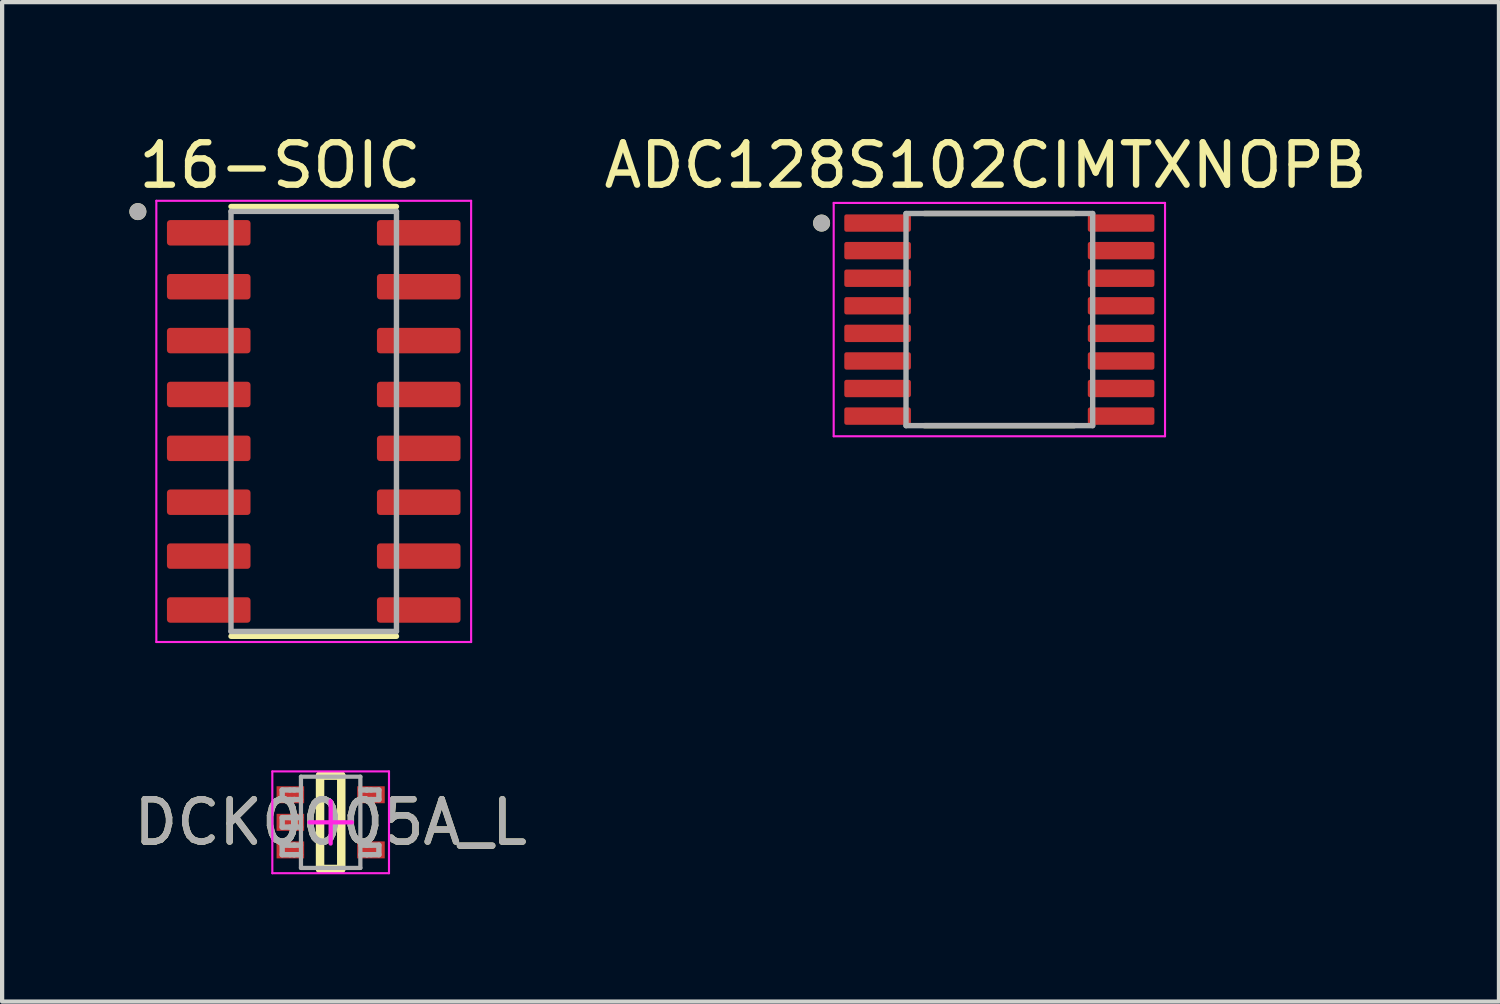
<source format=kicad_pcb>
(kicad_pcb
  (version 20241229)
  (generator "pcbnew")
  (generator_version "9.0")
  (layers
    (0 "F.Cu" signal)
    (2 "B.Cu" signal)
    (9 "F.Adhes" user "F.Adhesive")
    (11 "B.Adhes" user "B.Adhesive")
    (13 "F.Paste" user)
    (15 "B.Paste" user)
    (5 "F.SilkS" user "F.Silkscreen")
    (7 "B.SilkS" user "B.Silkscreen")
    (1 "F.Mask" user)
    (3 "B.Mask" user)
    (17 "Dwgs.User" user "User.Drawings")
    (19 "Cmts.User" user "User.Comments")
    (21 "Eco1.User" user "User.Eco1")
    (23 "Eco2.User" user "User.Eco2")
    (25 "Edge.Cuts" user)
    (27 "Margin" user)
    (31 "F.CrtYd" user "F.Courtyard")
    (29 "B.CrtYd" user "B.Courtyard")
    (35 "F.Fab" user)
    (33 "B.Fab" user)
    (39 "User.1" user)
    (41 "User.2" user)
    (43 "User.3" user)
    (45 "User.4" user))
  (footprint "16-SOIC"
    (layer "F.Cu")
    (at 4.345 6.883)
    (property "Reference" "16-SOIC" (at -0.795 -6.035 0) (layer "F.SilkS") (effects (font (size 1 1) (thickness 0.15))))
    (attr smd)
    (fp_line (start -1.95 -5.065) (end 1.95 -5.065) (stroke (width 0.127) (type solid)) (layer "F.SilkS"))
    (fp_line (start -1.95 5.065) (end 1.95 5.065) (stroke (width 0.127) (type solid)) (layer "F.SilkS"))
    (fp_circle (center -4.145 -4.945) (end -4.045 -4.945) (stroke (width 0.2) (type solid)) (fill no) (layer "F.SilkS"))
    (fp_line (start -3.71 -5.2) (end -3.71 5.2) (stroke (width 0.05) (type solid)) (layer "F.CrtYd"))
    (fp_line (start -3.71 -5.2) (end 3.71 -5.2) (stroke (width 0.05) (type solid)) (layer "F.CrtYd"))
    (fp_line (start -3.71 5.2) (end 3.71 5.2) (stroke (width 0.05) (type solid)) (layer "F.CrtYd"))
    (fp_line (start 3.71 -5.2) (end 3.71 5.2) (stroke (width 0.05) (type solid)) (layer "F.CrtYd"))
    (fp_line (start -1.95 -4.95) (end -1.95 4.95) (stroke (width 0.127) (type solid)) (layer "F.Fab"))
    (fp_line (start -1.95 -4.95) (end 1.95 -4.95) (stroke (width 0.127) (type solid)) (layer "F.Fab"))
    (fp_line (start -1.95 4.95) (end 1.95 4.95) (stroke (width 0.127) (type solid)) (layer "F.Fab"))
    (fp_line (start 1.95 -4.95) (end 1.95 4.95) (stroke (width 0.127) (type solid)) (layer "F.Fab"))
    (fp_circle (center -4.145 -4.945) (end -4.045 -4.945) (stroke (width 0.2) (type solid)) (fill no) (layer "F.Fab"))
    (pad "1" smd roundrect (at -2.475 -4.445) (size 1.97 0.6) (layers "F.Cu" "F.Mask" "F.Paste") (roundrect_rratio 0.125))
    (pad "2" smd roundrect (at -2.475 -3.175) (size 1.97 0.6) (layers "F.Cu" "F.Mask" "F.Paste") (roundrect_rratio 0.125))
    (pad "3" smd roundrect (at -2.475 -1.905) (size 1.97 0.6) (layers "F.Cu" "F.Mask" "F.Paste") (roundrect_rratio 0.125))
    (pad "4" smd roundrect (at -2.475 -0.635) (size 1.97 0.6) (layers "F.Cu" "F.Mask" "F.Paste") (roundrect_rratio 0.125))
    (pad "5" smd roundrect (at -2.475 0.635) (size 1.97 0.6) (layers "F.Cu" "F.Mask" "F.Paste") (roundrect_rratio 0.125))
    (pad "6" smd roundrect (at -2.475 1.905) (size 1.97 0.6) (layers "F.Cu" "F.Mask" "F.Paste") (roundrect_rratio 0.125))
    (pad "7" smd roundrect (at -2.475 3.175) (size 1.97 0.6) (layers "F.Cu" "F.Mask" "F.Paste") (roundrect_rratio 0.125))
    (pad "8" smd roundrect (at -2.475 4.445) (size 1.97 0.6) (layers "F.Cu" "F.Mask" "F.Paste") (roundrect_rratio 0.125))
    (pad "9" smd roundrect (at 2.475 4.445) (size 1.97 0.6) (layers "F.Cu" "F.Mask" "F.Paste") (roundrect_rratio 0.125))
    (pad "10" smd roundrect (at 2.475 3.175) (size 1.97 0.6) (layers "F.Cu" "F.Mask" "F.Paste") (roundrect_rratio 0.125))
    (pad "11" smd roundrect (at 2.475 1.905) (size 1.97 0.6) (layers "F.Cu" "F.Mask" "F.Paste") (roundrect_rratio 0.125))
    (pad "12" smd roundrect (at 2.475 0.635) (size 1.97 0.6) (layers "F.Cu" "F.Mask" "F.Paste") (roundrect_rratio 0.125))
    (pad "13" smd roundrect (at 2.475 -0.635) (size 1.97 0.6) (layers "F.Cu" "F.Mask" "F.Paste") (roundrect_rratio 0.125))
    (pad "14" smd roundrect (at 2.475 -1.905) (size 1.97 0.6) (layers "F.Cu" "F.Mask" "F.Paste") (roundrect_rratio 0.125))
    (pad "15" smd roundrect (at 2.475 -3.175) (size 1.97 0.6) (layers "F.Cu" "F.Mask" "F.Paste") (roundrect_rratio 0.125))
    (pad "16" smd roundrect (at 2.475 -4.445) (size 1.97 0.6) (layers "F.Cu" "F.Mask" "F.Paste") (roundrect_rratio 0.125)))
  (footprint "ADC128S102CIMTXNOPB"
    (layer "F.Cu")
    (at 20.506 4.483)
    (property "Reference" "ADC128S102CIMTXNOPB" (at -0.325 -3.635 0) (layer "F.SilkS") (effects (font (size 1 1) (thickness 0.15))))
    (attr smd)
    (fp_line (start -1.765 -2.5) (end 1.765 -2.5) (stroke (width 0.127) (type solid)) (layer "F.SilkS"))
    (fp_line (start 1.765 2.5) (end -1.765 2.5) (stroke (width 0.127) (type solid)) (layer "F.SilkS"))
    (fp_circle (center -4.19 -2.275) (end -4.09 -2.275) (stroke (width 0.2) (type solid)) (fill no) (layer "F.SilkS"))
    (fp_line (start -3.905 -2.75) (end -3.905 2.75) (stroke (width 0.05) (type solid)) (layer "F.CrtYd"))
    (fp_line (start -3.905 -2.75) (end 3.905 -2.75) (stroke (width 0.05) (type solid)) (layer "F.CrtYd"))
    (fp_line (start -3.905 2.75) (end 3.905 2.75) (stroke (width 0.05) (type solid)) (layer "F.CrtYd"))
    (fp_line (start 3.905 -2.75) (end 3.905 2.75) (stroke (width 0.05) (type solid)) (layer "F.CrtYd"))
    (fp_line (start -2.2 -2.5) (end -2.2 2.5) (stroke (width 0.127) (type solid)) (layer "F.Fab"))
    (fp_line (start -2.2 -2.5) (end 2.2 -2.5) (stroke (width 0.127) (type solid)) (layer "F.Fab"))
    (fp_line (start -2.2 2.5) (end 2.2 2.5) (stroke (width 0.127) (type solid)) (layer "F.Fab"))
    (fp_line (start 2.2 -2.5) (end 2.2 2.5) (stroke (width 0.127) (type solid)) (layer "F.Fab"))
    (fp_circle (center -4.19 -2.275) (end -4.09 -2.275) (stroke (width 0.2) (type solid)) (fill no) (layer "F.Fab"))
    (pad "1" smd roundrect (at -2.87 -2.275) (size 1.57 0.41) (layers "F.Cu" "F.Mask" "F.Paste") (roundrect_rratio 0.125))
    (pad "2" smd roundrect (at -2.87 -1.625) (size 1.57 0.41) (layers "F.Cu" "F.Mask" "F.Paste") (roundrect_rratio 0.125))
    (pad "3" smd roundrect (at -2.87 -0.975) (size 1.57 0.41) (layers "F.Cu" "F.Mask" "F.Paste") (roundrect_rratio 0.125))
    (pad "4" smd roundrect (at -2.87 -0.325) (size 1.57 0.41) (layers "F.Cu" "F.Mask" "F.Paste") (roundrect_rratio 0.125))
    (pad "5" smd roundrect (at -2.87 0.325) (size 1.57 0.41) (layers "F.Cu" "F.Mask" "F.Paste") (roundrect_rratio 0.125))
    (pad "6" smd roundrect (at -2.87 0.975) (size 1.57 0.41) (layers "F.Cu" "F.Mask" "F.Paste") (roundrect_rratio 0.125))
    (pad "7" smd roundrect (at -2.87 1.625) (size 1.57 0.41) (layers "F.Cu" "F.Mask" "F.Paste") (roundrect_rratio 0.125))
    (pad "8" smd roundrect (at -2.87 2.275) (size 1.57 0.41) (layers "F.Cu" "F.Mask" "F.Paste") (roundrect_rratio 0.125))
    (pad "9" smd roundrect (at 2.87 2.275) (size 1.57 0.41) (layers "F.Cu" "F.Mask" "F.Paste") (roundrect_rratio 0.125))
    (pad "10" smd roundrect (at 2.87 1.625) (size 1.57 0.41) (layers "F.Cu" "F.Mask" "F.Paste") (roundrect_rratio 0.125))
    (pad "11" smd roundrect (at 2.87 0.975) (size 1.57 0.41) (layers "F.Cu" "F.Mask" "F.Paste") (roundrect_rratio 0.125))
    (pad "12" smd roundrect (at 2.87 0.325) (size 1.57 0.41) (layers "F.Cu" "F.Mask" "F.Paste") (roundrect_rratio 0.125))
    (pad "13" smd roundrect (at 2.87 -0.325) (size 1.57 0.41) (layers "F.Cu" "F.Mask" "F.Paste") (roundrect_rratio 0.125))
    (pad "14" smd roundrect (at 2.87 -0.975) (size 1.57 0.41) (layers "F.Cu" "F.Mask" "F.Paste") (roundrect_rratio 0.125))
    (pad "15" smd roundrect (at 2.87 -1.625) (size 1.57 0.41) (layers "F.Cu" "F.Mask" "F.Paste") (roundrect_rratio 0.125))
    (pad "16" smd roundrect (at 2.87 -2.275) (size 1.57 0.41) (layers "F.Cu" "F.Mask" "F.Paste") (roundrect_rratio 0.125)))
  (footprint "DCK0005A_L"
    (layer "F.Cu")
    (at 4.744 16.333)
    (property "Reference" "DCK0005A_L" (at 0 0 0) (unlocked yes) (layer "F.SilkS") (effects (font (size 1 1) (thickness 0.15))))
    (attr smd)
    (fp_line (start -0.25 -1.1) (end 0.25 -1.1) (stroke (width 0.2) (type solid)) (layer "F.SilkS"))
    (fp_line (start -0.25 1.1) (end -0.25 -1.1) (stroke (width 0.2) (type solid)) (layer "F.SilkS"))
    (fp_line (start -0.25 1.1) (end 0.25 1.1) (stroke (width 0.2) (type solid)) (layer "F.SilkS"))
    (fp_line (start 0.25 1.1) (end 0.25 -1.1) (stroke (width 0.2) (type solid)) (layer "F.SilkS"))
    (fp_line (start -1.375 -1.2) (end 1.375 -1.2) (stroke (width 0.05) (type solid)) (layer "F.CrtYd"))
    (fp_line (start -1.375 1.2) (end -1.375 -1.2) (stroke (width 0.05) (type solid)) (layer "F.CrtYd"))
    (fp_line (start -1.375 1.2) (end 1.375 1.2) (stroke (width 0.05) (type solid)) (layer "F.CrtYd"))
    (fp_line (start -0.5 0) (end 0.5 0) (stroke (width 0.1) (type solid)) (layer "F.CrtYd"))
    (fp_line (start 0.000003 0.5) (end 0.000003 -0.5) (stroke (width 0.1) (type solid)) (layer "F.CrtYd"))
    (fp_line (start 1.375 1.2) (end 1.375 -1.2) (stroke (width 0.05) (type solid)) (layer "F.CrtYd"))
    (fp_line (start -1.143 -0.762) (end -0.959 -0.762) (stroke (width 0.127) (type solid)) (layer "F.Fab"))
    (fp_line (start -1.143 -0.537) (end -1.143 -0.762) (stroke (width 0.127) (type solid)) (layer "F.Fab"))
    (fp_line (start -1.143 -0.537) (end -0.959 -0.537) (stroke (width 0.127) (type solid)) (layer "F.Fab"))
    (fp_line (start -1.143 -0.112) (end -0.959 -0.112) (stroke (width 0.127) (type solid)) (layer "F.Fab"))
    (fp_line (start -1.143 0.113) (end -1.143 -0.112) (stroke (width 0.127) (type solid)) (layer "F.Fab"))
    (fp_line (start -1.143 0.113) (end -0.959 0.113) (stroke (width 0.127) (type solid)) (layer "F.Fab"))
    (fp_line (start -1.143 0.538) (end -0.959 0.538) (stroke (width 0.127) (type solid)) (layer "F.Fab"))
    (fp_line (start -1.143 0.763) (end -1.143 0.538) (stroke (width 0.127) (type solid)) (layer "F.Fab"))
    (fp_line (start -1.143 0.763) (end -0.959 0.763) (stroke (width 0.127) (type solid)) (layer "F.Fab"))
    (fp_line (start -0.959 -0.762) (end -0.711 -0.762) (stroke (width 0.127) (type solid)) (layer "F.Fab"))
    (fp_line (start -0.959 -0.537) (end -0.865 -0.537) (stroke (width 0.127) (type solid)) (layer "F.Fab"))
    (fp_line (start -0.959 -0.112) (end -0.865 -0.112) (stroke (width 0.127) (type solid)) (layer "F.Fab"))
    (fp_line (start -0.959 0.113) (end -0.865 0.113) (stroke (width 0.127) (type solid)) (layer "F.Fab"))
    (fp_line (start -0.959 0.538) (end -0.865 0.538) (stroke (width 0.127) (type solid)) (layer "F.Fab"))
    (fp_line (start -0.959 0.763) (end -0.865 0.763) (stroke (width 0.127) (type solid)) (layer "F.Fab"))
    (fp_line (start -0.865 -0.762) (end -0.853 -0.762) (stroke (width 0.127) (type solid)) (layer "F.Fab"))
    (fp_line (start -0.865 -0.537) (end -0.853 -0.537) (stroke (width 0.127) (type solid)) (layer "F.Fab"))
    (fp_line (start -0.865 -0.112) (end -0.853 -0.112) (stroke (width 0.127) (type solid)) (layer "F.Fab"))
    (fp_line (start -0.865 0.113) (end -0.853 0.113) (stroke (width 0.127) (type solid)) (layer "F.Fab"))
    (fp_line (start -0.865 0.538) (end -0.853 0.538) (stroke (width 0.127) (type solid)) (layer "F.Fab"))
    (fp_line (start -0.865 0.763) (end -0.853 0.763) (stroke (width 0.127) (type solid)) (layer "F.Fab"))
    (fp_line (start -0.853 -0.537) (end -0.711 -0.537) (stroke (width 0.127) (type solid)) (layer "F.Fab"))
    (fp_line (start -0.853 -0.112) (end -0.711 -0.112) (stroke (width 0.127) (type solid)) (layer "F.Fab"))
    (fp_line (start -0.853 0.113) (end -0.711 0.113) (stroke (width 0.127) (type solid)) (layer "F.Fab"))
    (fp_line (start -0.853 0.538) (end -0.711 0.538) (stroke (width 0.127) (type solid)) (layer "F.Fab"))
    (fp_line (start -0.853 0.763) (end -0.711 0.763) (stroke (width 0.127) (type solid)) (layer "F.Fab"))
    (fp_line (start -0.7 -1.075) (end 0.7 -1.075) (stroke (width 0.1) (type solid)) (layer "F.Fab"))
    (fp_line (start -0.7 1.075) (end -0.7 -1.075) (stroke (width 0.1) (type solid)) (layer "F.Fab"))
    (fp_line (start -0.7 1.075) (end 0.7 1.075) (stroke (width 0.1) (type solid)) (layer "F.Fab"))
    (fp_line (start 0.7 1.075) (end 0.7 -1.075) (stroke (width 0.1) (type solid)) (layer "F.Fab"))
    (fp_line (start 0.711 -0.762) (end 0.847 -0.762) (stroke (width 0.127) (type solid)) (layer "F.Fab"))
    (fp_line (start 0.711 -0.537) (end 0.847 -0.537) (stroke (width 0.127) (type solid)) (layer "F.Fab"))
    (fp_line (start 0.711 0.538) (end 0.847 0.538) (stroke (width 0.127) (type solid)) (layer "F.Fab"))
    (fp_line (start 0.711 0.763) (end 0.847 0.763) (stroke (width 0.127) (type solid)) (layer "F.Fab"))
    (fp_line (start 0.847 -0.762) (end 0.859 -0.762) (stroke (width 0.127) (type solid)) (layer "F.Fab"))
    (fp_line (start 0.847 -0.537) (end 0.859 -0.537) (stroke (width 0.127) (type solid)) (layer "F.Fab"))
    (fp_line (start 0.847 0.538) (end 0.859 0.538) (stroke (width 0.127) (type solid)) (layer "F.Fab"))
    (fp_line (start 0.847 0.763) (end 0.859 0.763) (stroke (width 0.127) (type solid)) (layer "F.Fab"))
    (fp_line (start 0.859 -0.762) (end 0.953 -0.762) (stroke (width 0.127) (type solid)) (layer "F.Fab"))
    (fp_line (start 0.859 -0.537) (end 0.953 -0.537) (stroke (width 0.127) (type solid)) (layer "F.Fab"))
    (fp_line (start 0.859 0.538) (end 0.953 0.538) (stroke (width 0.127) (type solid)) (layer "F.Fab"))
    (fp_line (start 0.859 0.763) (end 0.953 0.763) (stroke (width 0.127) (type solid)) (layer "F.Fab"))
    (fp_line (start 0.953 -0.762) (end 1.137 -0.762) (stroke (width 0.127) (type solid)) (layer "F.Fab"))
    (fp_line (start 0.953 -0.537) (end 1.137 -0.537) (stroke (width 0.127) (type solid)) (layer "F.Fab"))
    (fp_line (start 0.953 0.538) (end 1.137 0.538) (stroke (width 0.127) (type solid)) (layer "F.Fab"))
    (fp_line (start 0.953 0.763) (end 1.137 0.763) (stroke (width 0.127) (type solid)) (layer "F.Fab"))
    (fp_line (start 1.137 -0.537) (end 1.137 -0.762) (stroke (width 0.127) (type solid)) (layer "F.Fab"))
    (fp_line (start 1.137 0.763) (end 1.137 0.538) (stroke (width 0.127) (type solid)) (layer "F.Fab"))
    (fp_text user "${REFERENCE}" (at 0 0 0) (unlocked yes) (layer "F.Fab") (effects (font (size 1 1) (thickness 0.15))))
    (pad "1" smd rect (at -0.95 -0.65 90) (size 0.4 0.65) (layers "F.Cu" "F.Mask" "F.Paste"))
    (pad "2" smd rect (at -0.95 0 90) (size 0.4 0.65) (layers "F.Cu" "F.Mask" "F.Paste"))
    (pad "3" smd rect (at -0.95 0.65 90) (size 0.4 0.65) (layers "F.Cu" "F.Mask" "F.Paste"))
    (pad "4" smd rect (at 0.95 0.65 90) (size 0.4 0.65) (layers "F.Cu" "F.Mask" "F.Paste"))
    (pad "5" smd rect (at 0.95 -0.65 90) (size 0.4 0.65) (layers "F.Cu" "F.Mask" "F.Paste")))
  (gr_rect
    (start -3 -3)
    (end 32.282 20.558)
    (stroke (width 0.1) (type default))
    (fill no)
    (layer "Edge.Cuts")))
</source>
